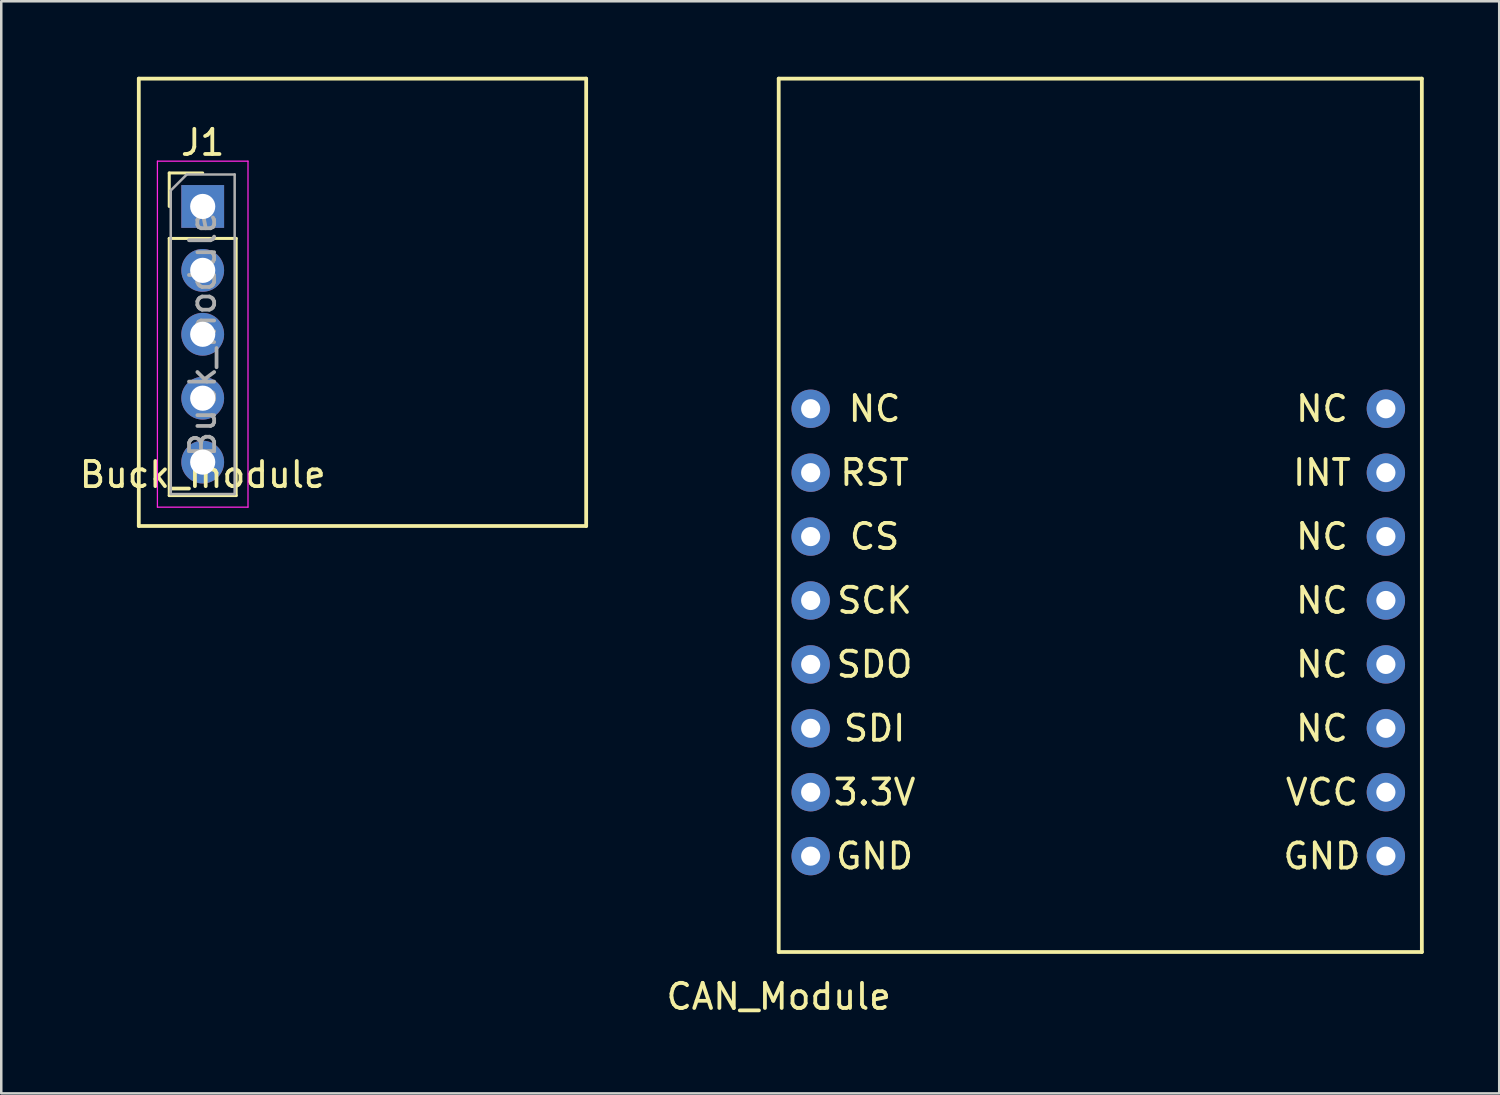
<source format=kicad_pcb>
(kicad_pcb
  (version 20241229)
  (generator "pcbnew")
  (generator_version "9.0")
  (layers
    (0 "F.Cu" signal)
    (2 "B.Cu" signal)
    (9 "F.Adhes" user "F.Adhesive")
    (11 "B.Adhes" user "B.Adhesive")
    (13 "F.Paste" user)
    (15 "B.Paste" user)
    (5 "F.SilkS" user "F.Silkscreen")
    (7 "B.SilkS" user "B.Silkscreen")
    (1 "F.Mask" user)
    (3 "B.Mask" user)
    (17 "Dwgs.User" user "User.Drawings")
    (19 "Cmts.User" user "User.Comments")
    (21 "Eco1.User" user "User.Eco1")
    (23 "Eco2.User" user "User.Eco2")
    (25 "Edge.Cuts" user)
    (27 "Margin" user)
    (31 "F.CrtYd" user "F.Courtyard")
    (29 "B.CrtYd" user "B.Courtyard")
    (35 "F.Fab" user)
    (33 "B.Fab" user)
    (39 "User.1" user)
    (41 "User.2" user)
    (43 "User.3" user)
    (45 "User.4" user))
  (footprint "Buck_module"
    (layer "F.Cu")
    (at 2.466 17.855)
    (property "Reference" "Buck_module" (at 2.54 -2.04 0) (layer "F.SilkS") (effects (font (size 1 1) (thickness 0.15))))
    (attr through_hole)
    (fp_line (start 0 -17.78) (end 17.78 -17.78) (stroke (width 0.15) (type solid)) (layer "F.SilkS"))
    (fp_line (start 0 0) (end 0 -17.78) (stroke (width 0.15) (type solid)) (layer "F.SilkS"))
    (fp_line (start 1.21 -14.03) (end 2.54 -14.03) (stroke (width 0.12) (type solid)) (layer "F.SilkS"))
    (fp_line (start 1.21 -12.7) (end 1.21 -14.03) (stroke (width 0.12) (type solid)) (layer "F.SilkS"))
    (fp_line (start 1.21 -11.43) (end 1.21 -1.21) (stroke (width 0.12) (type solid)) (layer "F.SilkS"))
    (fp_line (start 1.21 -11.43) (end 3.87 -11.43) (stroke (width 0.12) (type solid)) (layer "F.SilkS"))
    (fp_line (start 1.21 -1.21) (end 3.87 -1.21) (stroke (width 0.12) (type solid)) (layer "F.SilkS"))
    (fp_line (start 3.87 -11.43) (end 3.87 -1.21) (stroke (width 0.12) (type solid)) (layer "F.SilkS"))
    (fp_line (start 17.78 -17.78) (end 17.78 0) (stroke (width 0.15) (type solid)) (layer "F.SilkS"))
    (fp_line (start 17.78 0) (end 0 0) (stroke (width 0.15) (type solid)) (layer "F.SilkS"))
    (fp_line (start 0.74 -14.5) (end 0.74 -0.75) (stroke (width 0.05) (type solid)) (layer "F.CrtYd"))
    (fp_line (start 0.74 -0.75) (end 4.34 -0.75) (stroke (width 0.05) (type solid)) (layer "F.CrtYd"))
    (fp_line (start 4.34 -14.5) (end 0.74 -14.5) (stroke (width 0.05) (type solid)) (layer "F.CrtYd"))
    (fp_line (start 4.34 -0.75) (end 4.34 -14.5) (stroke (width 0.05) (type solid)) (layer "F.CrtYd"))
    (fp_line (start 1.27 -13.335) (end 1.905 -13.97) (stroke (width 0.1) (type solid)) (layer "F.Fab"))
    (fp_line (start 1.27 -1.27) (end 1.27 -13.335) (stroke (width 0.1) (type solid)) (layer "F.Fab"))
    (fp_line (start 1.905 -13.97) (end 3.81 -13.97) (stroke (width 0.1) (type solid)) (layer "F.Fab"))
    (fp_line (start 3.81 -13.97) (end 3.81 -1.27) (stroke (width 0.1) (type solid)) (layer "F.Fab"))
    (fp_line (start 3.81 -1.27) (end 1.27 -1.27) (stroke (width 0.1) (type solid)) (layer "F.Fab"))
    (fp_text user "J1" (at 2.54 -15.24 0) (layer "F.SilkS") (effects (font (size 1 1) (thickness 0.15))))
    (fp_text user "${REFERENCE}" (at 2.54 -7.62 90) (layer "F.Fab") (effects (font (size 1 1) (thickness 0.15))))
    (pad "1" thru_hole rect (at 2.54 -12.7) (size 1.7 1.7) (drill 1) (layers "*.Cu" "*.Mask"))
    (pad "2" thru_hole oval (at 2.54 -10.16) (size 1.7 1.7) (drill 1) (layers "*.Cu" "*.Mask"))
    (pad "3" thru_hole oval (at 2.54 -7.62) (size 1.7 1.7) (drill 1) (layers "*.Cu" "*.Mask"))
    (pad "4" thru_hole oval (at 2.54 -5.08) (size 1.7 1.7) (drill 1) (layers "*.Cu" "*.Mask"))
    (pad "5" thru_hole oval (at 2.54 -2.54) (size 1.7 1.7) (drill 1) (layers "*.Cu" "*.Mask")))
  (footprint "CAN_Module"
    (layer "F.Cu")
    (at 27.898 34.785)
    (property "Reference" "CAN_Module" (at 0 1.77 0) (layer "F.SilkS") (effects (font (size 1 1) (thickness 0.15))))
    (attr through_hole)
    (fp_line (start 0 -34.71) (end 25.56 -34.71) (stroke (width 0.15) (type solid)) (layer "F.SilkS"))
    (fp_line (start 0 0) (end 0 -34.71) (stroke (width 0.15) (type solid)) (layer "F.SilkS"))
    (fp_line (start 0 0) (end 25.56 0) (stroke (width 0.15) (type solid)) (layer "F.SilkS"))
    (fp_line (start 25.56 -34.71) (end 25.56 0) (stroke (width 0.15) (type solid)) (layer "F.SilkS"))
    (fp_text user "RST" (at 3.81 -19.05 0) (layer "F.SilkS") (effects (font (size 1 1) (thickness 0.15))))
    (fp_text user "INT" (at 21.59 -19.05 0) (layer "F.SilkS") (effects (font (size 1 1) (thickness 0.15))))
    (fp_text user "NC" (at 21.59 -21.59 0) (layer "F.SilkS") (effects (font (size 1 1) (thickness 0.15))))
    (fp_text user "VCC" (at 21.59 -6.35 0) (layer "F.SilkS") (effects (font (size 1 1) (thickness 0.15))))
    (fp_text user "CS" (at 3.81 -16.51 0) (layer "F.SilkS") (effects (font (size 1 1) (thickness 0.15))))
    (fp_text user "NC" (at 21.59 -11.43 0) (layer "F.SilkS") (effects (font (size 1 1) (thickness 0.15))))
    (fp_text user "GND" (at 3.81 -3.81 0) (layer "F.SilkS") (effects (font (size 1 1) (thickness 0.15))))
    (fp_text user "SDO" (at 3.81 -11.43 0) (layer "F.SilkS") (effects (font (size 1 1) (thickness 0.15))))
    (fp_text user "SCK" (at 3.81 -13.97 0) (layer "F.SilkS") (effects (font (size 1 1) (thickness 0.15))))
    (fp_text user "NC" (at 21.59 -8.89 0) (layer "F.SilkS") (effects (font (size 1 1) (thickness 0.15))))
    (fp_text user "SDI" (at 3.81 -8.89 0) (layer "F.SilkS") (effects (font (size 1 1) (thickness 0.15))))
    (fp_text user "GND" (at 21.59 -3.81 0) (layer "F.SilkS") (effects (font (size 1 1) (thickness 0.15))))
    (fp_text user "3.3V" (at 3.81 -6.35 0) (layer "F.SilkS") (effects (font (size 1 1) (thickness 0.15))))
    (fp_text user "NC" (at 21.59 -13.97 0) (layer "F.SilkS") (effects (font (size 1 1) (thickness 0.15))))
    (fp_text user "NC" (at 21.59 -16.51 0) (layer "F.SilkS") (effects (font (size 1 1) (thickness 0.15))))
    (fp_text user "NC" (at 3.81 -21.59 0) (layer "F.SilkS") (effects (font (size 1 1) (thickness 0.15))))
    (pad "1" thru_hole circle (at 1.27 -3.81) (size 1.524 1.524) (drill 0.762) (layers "*.Cu" "*.Mask"))
    (pad "2" thru_hole circle (at 1.27 -6.35) (size 1.524 1.524) (drill 0.762) (layers "*.Cu" "*.Mask"))
    (pad "3" thru_hole circle (at 1.27 -8.89) (size 1.524 1.524) (drill 0.762) (layers "*.Cu" "*.Mask"))
    (pad "4" thru_hole circle (at 1.27 -11.43) (size 1.524 1.524) (drill 0.762) (layers "*.Cu" "*.Mask"))
    (pad "5" thru_hole circle (at 1.27 -13.97) (size 1.524 1.524) (drill 0.762) (layers "*.Cu" "*.Mask"))
    (pad "6" thru_hole circle (at 1.27 -16.51) (size 1.524 1.524) (drill 0.762) (layers "*.Cu" "*.Mask"))
    (pad "7" thru_hole circle (at 1.27 -19.05) (size 1.524 1.524) (drill 0.762) (layers "*.Cu" "*.Mask"))
    (pad "8" thru_hole circle (at 1.27 -21.59) (size 1.524 1.524) (drill 0.762) (layers "*.Cu" "*.Mask"))
    (pad "9" thru_hole circle (at 24.13 -21.59) (size 1.524 1.524) (drill 0.762) (layers "*.Cu" "*.Mask"))
    (pad "10" thru_hole circle (at 24.13 -19.05) (size 1.524 1.524) (drill 0.762) (layers "*.Cu" "*.Mask"))
    (pad "11" thru_hole circle (at 24.13 -16.51) (size 1.524 1.524) (drill 0.762) (layers "*.Cu" "*.Mask"))
    (pad "12" thru_hole circle (at 24.13 -13.97) (size 1.524 1.524) (drill 0.762) (layers "*.Cu" "*.Mask"))
    (pad "13" thru_hole circle (at 24.13 -11.43) (size 1.524 1.524) (drill 0.762) (layers "*.Cu" "*.Mask"))
    (pad "14" thru_hole circle (at 24.13 -8.89) (size 1.524 1.524) (drill 0.762) (layers "*.Cu" "*.Mask"))
    (pad "15" thru_hole circle (at 24.13 -6.35) (size 1.524 1.524) (drill 0.762) (layers "*.Cu" "*.Mask"))
    (pad "16" thru_hole circle (at 24.13 -3.81) (size 1.524 1.524) (drill 0.762) (layers "*.Cu" "*.Mask")))
  (gr_rect
    (start -3 -3)
    (end 56.533 40.403)
    (stroke (width 0.1) (type default))
    (fill no)
    (layer "Edge.Cuts")))
</source>
